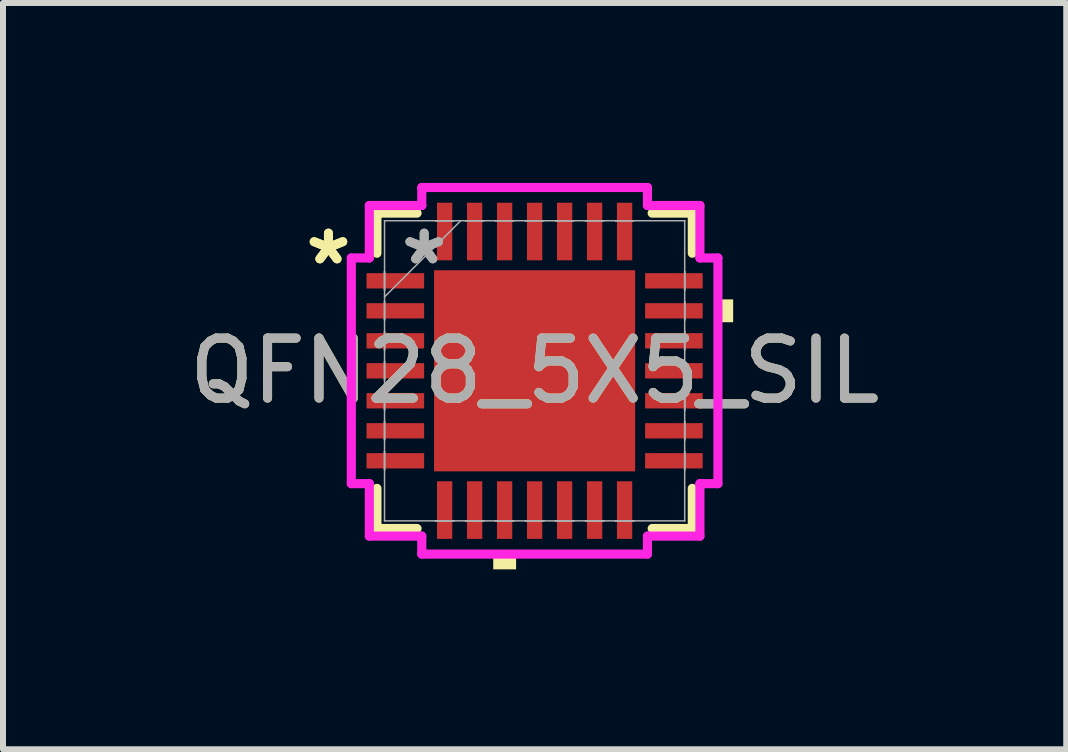
<source format=kicad_pcb>
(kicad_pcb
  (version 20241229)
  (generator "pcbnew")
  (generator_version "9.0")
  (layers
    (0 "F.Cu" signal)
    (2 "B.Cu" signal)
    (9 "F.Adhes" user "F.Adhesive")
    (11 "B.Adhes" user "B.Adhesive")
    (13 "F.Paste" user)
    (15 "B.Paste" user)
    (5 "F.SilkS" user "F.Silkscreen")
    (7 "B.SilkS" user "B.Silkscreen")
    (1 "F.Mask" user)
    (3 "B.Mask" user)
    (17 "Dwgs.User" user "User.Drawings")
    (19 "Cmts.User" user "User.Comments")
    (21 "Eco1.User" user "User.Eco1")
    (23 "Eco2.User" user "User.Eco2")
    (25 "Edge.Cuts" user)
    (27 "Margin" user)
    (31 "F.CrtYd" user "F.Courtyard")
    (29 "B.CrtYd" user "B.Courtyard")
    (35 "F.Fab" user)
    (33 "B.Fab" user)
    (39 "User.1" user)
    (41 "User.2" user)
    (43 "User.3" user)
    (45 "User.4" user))
  (footprint "QFN28_5X5_SIL"
    (layer "F.Cu")
    (at 5.863 3.132)
    (property "Reference" "QFN28_5X5_SIL" (at 0 0 0) (unlocked yes) (layer "F.SilkS") (effects (font (size 1 1) (thickness 0.15))))
    (attr smd)
    (fp_line (start -2.629 -2.629) (end -2.629 -1.96) (stroke (width 0.152) (type solid)) (layer "F.SilkS"))
    (fp_line (start -2.629 1.96) (end -2.629 2.629) (stroke (width 0.152) (type solid)) (layer "F.SilkS"))
    (fp_line (start -2.629 2.629) (end -1.96 2.629) (stroke (width 0.152) (type solid)) (layer "F.SilkS"))
    (fp_line (start -1.96 -2.629) (end -2.629 -2.629) (stroke (width 0.152) (type solid)) (layer "F.SilkS"))
    (fp_line (start 1.96 2.629) (end 2.629 2.629) (stroke (width 0.152) (type solid)) (layer "F.SilkS"))
    (fp_line (start 2.629 -2.629) (end 1.96 -2.629) (stroke (width 0.152) (type solid)) (layer "F.SilkS"))
    (fp_line (start 2.629 -1.96) (end 2.629 -2.629) (stroke (width 0.152) (type solid)) (layer "F.SilkS"))
    (fp_line (start 2.629 2.629) (end 2.629 1.96) (stroke (width 0.152) (type solid)) (layer "F.SilkS"))
    (fp_poly (pts (xy -0.69 3.056) (xy -0.69 3.31) (xy -0.309 3.31) (xy -0.309 3.056)) (stroke (width 0) (type solid)) (fill yes) (layer "F.SilkS"))
    (fp_poly (pts (xy 3.31 -1.191) (xy 3.31 -0.81) (xy 3.056 -0.81) (xy 3.056 -1.191)) (stroke (width 0) (type solid)) (fill yes) (layer "F.SilkS"))
    (fp_poly (pts (xy -1.576 -1.576) (xy -1.576 -0.1) (xy -0.1 -0.1) (xy -0.1 -1.576)) (stroke (width 0) (type solid)) (fill yes) (layer "F.Paste"))
    (fp_poly (pts (xy -1.576 0.1) (xy -1.576 1.576) (xy -0.1 1.576) (xy -0.1 0.1)) (stroke (width 0) (type solid)) (fill yes) (layer "F.Paste"))
    (fp_poly (pts (xy 0.1 -1.576) (xy 0.1 -0.1) (xy 1.576 -0.1) (xy 1.576 -1.576)) (stroke (width 0) (type solid)) (fill yes) (layer "F.Paste"))
    (fp_poly (pts (xy 0.1 0.1) (xy 0.1 1.576) (xy 1.576 1.576) (xy 1.576 0.1)) (stroke (width 0) (type solid)) (fill yes) (layer "F.Paste"))
    (fp_line (start -3.056 -1.881) (end -2.756 -1.881) (stroke (width 0.152) (type solid)) (layer "F.CrtYd"))
    (fp_line (start -3.056 1.881) (end -3.056 -1.881) (stroke (width 0.152) (type solid)) (layer "F.CrtYd"))
    (fp_line (start -2.756 -2.756) (end -1.881 -2.756) (stroke (width 0.152) (type solid)) (layer "F.CrtYd"))
    (fp_line (start -2.756 -1.881) (end -2.756 -2.756) (stroke (width 0.152) (type solid)) (layer "F.CrtYd"))
    (fp_line (start -2.756 1.881) (end -3.056 1.881) (stroke (width 0.152) (type solid)) (layer "F.CrtYd"))
    (fp_line (start -2.756 2.756) (end -2.756 1.881) (stroke (width 0.152) (type solid)) (layer "F.CrtYd"))
    (fp_line (start -1.881 -3.056) (end 1.881 -3.056) (stroke (width 0.152) (type solid)) (layer "F.CrtYd"))
    (fp_line (start -1.881 -2.756) (end -1.881 -3.056) (stroke (width 0.152) (type solid)) (layer "F.CrtYd"))
    (fp_line (start -1.881 2.756) (end -2.756 2.756) (stroke (width 0.152) (type solid)) (layer "F.CrtYd"))
    (fp_line (start -1.881 3.056) (end -1.881 2.756) (stroke (width 0.152) (type solid)) (layer "F.CrtYd"))
    (fp_line (start 1.881 -3.056) (end 1.881 -2.756) (stroke (width 0.152) (type solid)) (layer "F.CrtYd"))
    (fp_line (start 1.881 -2.756) (end 2.756 -2.756) (stroke (width 0.152) (type solid)) (layer "F.CrtYd"))
    (fp_line (start 1.881 2.756) (end 1.881 3.056) (stroke (width 0.152) (type solid)) (layer "F.CrtYd"))
    (fp_line (start 1.881 3.056) (end -1.881 3.056) (stroke (width 0.152) (type solid)) (layer "F.CrtYd"))
    (fp_line (start 2.756 -2.756) (end 2.756 -1.881) (stroke (width 0.152) (type solid)) (layer "F.CrtYd"))
    (fp_line (start 2.756 -1.881) (end 3.056 -1.881) (stroke (width 0.152) (type solid)) (layer "F.CrtYd"))
    (fp_line (start 2.756 1.881) (end 2.756 2.756) (stroke (width 0.152) (type solid)) (layer "F.CrtYd"))
    (fp_line (start 2.756 2.756) (end 1.881 2.756) (stroke (width 0.152) (type solid)) (layer "F.CrtYd"))
    (fp_line (start 3.056 -1.881) (end 3.056 1.881) (stroke (width 0.152) (type solid)) (layer "F.CrtYd"))
    (fp_line (start 3.056 1.881) (end 2.756 1.881) (stroke (width 0.152) (type solid)) (layer "F.CrtYd"))
    (fp_line (start -2.502 -2.502) (end -2.502 -2.502) (stroke (width 0.025) (type solid)) (layer "F.Fab"))
    (fp_line (start -2.502 -2.502) (end -2.502 2.502) (stroke (width 0.025) (type solid)) (layer "F.Fab"))
    (fp_line (start -2.502 -1.652) (end -2.502 -1.652) (stroke (width 0.025) (type solid)) (layer "F.Fab"))
    (fp_line (start -2.502 -1.652) (end -2.502 -1.348) (stroke (width 0.025) (type solid)) (layer "F.Fab"))
    (fp_line (start -2.502 -1.348) (end -2.502 -1.652) (stroke (width 0.025) (type solid)) (layer "F.Fab"))
    (fp_line (start -2.502 -1.348) (end -2.502 -1.348) (stroke (width 0.025) (type solid)) (layer "F.Fab"))
    (fp_line (start -2.502 -1.232) (end -1.232 -2.502) (stroke (width 0.025) (type solid)) (layer "F.Fab"))
    (fp_line (start -2.502 -1.152) (end -2.502 -1.152) (stroke (width 0.025) (type solid)) (layer "F.Fab"))
    (fp_line (start -2.502 -1.152) (end -2.502 -0.848) (stroke (width 0.025) (type solid)) (layer "F.Fab"))
    (fp_line (start -2.502 -0.848) (end -2.502 -1.152) (stroke (width 0.025) (type solid)) (layer "F.Fab"))
    (fp_line (start -2.502 -0.848) (end -2.502 -0.848) (stroke (width 0.025) (type solid)) (layer "F.Fab"))
    (fp_line (start -2.502 -0.652) (end -2.502 -0.652) (stroke (width 0.025) (type solid)) (layer "F.Fab"))
    (fp_line (start -2.502 -0.652) (end -2.502 -0.348) (stroke (width 0.025) (type solid)) (layer "F.Fab"))
    (fp_line (start -2.502 -0.348) (end -2.502 -0.652) (stroke (width 0.025) (type solid)) (layer "F.Fab"))
    (fp_line (start -2.502 -0.348) (end -2.502 -0.348) (stroke (width 0.025) (type solid)) (layer "F.Fab"))
    (fp_line (start -2.502 -0.152) (end -2.502 -0.152) (stroke (width 0.025) (type solid)) (layer "F.Fab"))
    (fp_line (start -2.502 -0.152) (end -2.502 0.152) (stroke (width 0.025) (type solid)) (layer "F.Fab"))
    (fp_line (start -2.502 0.152) (end -2.502 -0.152) (stroke (width 0.025) (type solid)) (layer "F.Fab"))
    (fp_line (start -2.502 0.152) (end -2.502 0.152) (stroke (width 0.025) (type solid)) (layer "F.Fab"))
    (fp_line (start -2.502 0.348) (end -2.502 0.348) (stroke (width 0.025) (type solid)) (layer "F.Fab"))
    (fp_line (start -2.502 0.348) (end -2.502 0.652) (stroke (width 0.025) (type solid)) (layer "F.Fab"))
    (fp_line (start -2.502 0.652) (end -2.502 0.348) (stroke (width 0.025) (type solid)) (layer "F.Fab"))
    (fp_line (start -2.502 0.652) (end -2.502 0.652) (stroke (width 0.025) (type solid)) (layer "F.Fab"))
    (fp_line (start -2.502 0.848) (end -2.502 0.848) (stroke (width 0.025) (type solid)) (layer "F.Fab"))
    (fp_line (start -2.502 0.848) (end -2.502 1.152) (stroke (width 0.025) (type solid)) (layer "F.Fab"))
    (fp_line (start -2.502 1.152) (end -2.502 0.848) (stroke (width 0.025) (type solid)) (layer "F.Fab"))
    (fp_line (start -2.502 1.152) (end -2.502 1.152) (stroke (width 0.025) (type solid)) (layer "F.Fab"))
    (fp_line (start -2.502 1.348) (end -2.502 1.348) (stroke (width 0.025) (type solid)) (layer "F.Fab"))
    (fp_line (start -2.502 1.348) (end -2.502 1.652) (stroke (width 0.025) (type solid)) (layer "F.Fab"))
    (fp_line (start -2.502 1.652) (end -2.502 1.348) (stroke (width 0.025) (type solid)) (layer "F.Fab"))
    (fp_line (start -2.502 1.652) (end -2.502 1.652) (stroke (width 0.025) (type solid)) (layer "F.Fab"))
    (fp_line (start -2.502 2.502) (end -2.502 2.502) (stroke (width 0.025) (type solid)) (layer "F.Fab"))
    (fp_line (start -2.502 2.502) (end 2.502 2.502) (stroke (width 0.025) (type solid)) (layer "F.Fab"))
    (fp_line (start -1.652 -2.502) (end -1.652 -2.502) (stroke (width 0.025) (type solid)) (layer "F.Fab"))
    (fp_line (start -1.652 -2.502) (end -1.348 -2.502) (stroke (width 0.025) (type solid)) (layer "F.Fab"))
    (fp_line (start -1.652 2.502) (end -1.652 2.502) (stroke (width 0.025) (type solid)) (layer "F.Fab"))
    (fp_line (start -1.652 2.502) (end -1.348 2.502) (stroke (width 0.025) (type solid)) (layer "F.Fab"))
    (fp_line (start -1.348 -2.502) (end -1.652 -2.502) (stroke (width 0.025) (type solid)) (layer "F.Fab"))
    (fp_line (start -1.348 -2.502) (end -1.348 -2.502) (stroke (width 0.025) (type solid)) (layer "F.Fab"))
    (fp_line (start -1.348 2.502) (end -1.652 2.502) (stroke (width 0.025) (type solid)) (layer "F.Fab"))
    (fp_line (start -1.348 2.502) (end -1.348 2.502) (stroke (width 0.025) (type solid)) (layer "F.Fab"))
    (fp_line (start -1.152 -2.502) (end -1.152 -2.502) (stroke (width 0.025) (type solid)) (layer "F.Fab"))
    (fp_line (start -1.152 -2.502) (end -0.848 -2.502) (stroke (width 0.025) (type solid)) (layer "F.Fab"))
    (fp_line (start -1.152 2.502) (end -1.152 2.502) (stroke (width 0.025) (type solid)) (layer "F.Fab"))
    (fp_line (start -1.152 2.502) (end -0.848 2.502) (stroke (width 0.025) (type solid)) (layer "F.Fab"))
    (fp_line (start -0.848 -2.502) (end -1.152 -2.502) (stroke (width 0.025) (type solid)) (layer "F.Fab"))
    (fp_line (start -0.848 -2.502) (end -0.848 -2.502) (stroke (width 0.025) (type solid)) (layer "F.Fab"))
    (fp_line (start -0.848 2.502) (end -1.152 2.502) (stroke (width 0.025) (type solid)) (layer "F.Fab"))
    (fp_line (start -0.848 2.502) (end -0.848 2.502) (stroke (width 0.025) (type solid)) (layer "F.Fab"))
    (fp_line (start -0.652 -2.502) (end -0.652 -2.502) (stroke (width 0.025) (type solid)) (layer "F.Fab"))
    (fp_line (start -0.652 -2.502) (end -0.348 -2.502) (stroke (width 0.025) (type solid)) (layer "F.Fab"))
    (fp_line (start -0.652 2.502) (end -0.652 2.502) (stroke (width 0.025) (type solid)) (layer "F.Fab"))
    (fp_line (start -0.652 2.502) (end -0.348 2.502) (stroke (width 0.025) (type solid)) (layer "F.Fab"))
    (fp_line (start -0.348 -2.502) (end -0.652 -2.502) (stroke (width 0.025) (type solid)) (layer "F.Fab"))
    (fp_line (start -0.348 -2.502) (end -0.348 -2.502) (stroke (width 0.025) (type solid)) (layer "F.Fab"))
    (fp_line (start -0.348 2.502) (end -0.652 2.502) (stroke (width 0.025) (type solid)) (layer "F.Fab"))
    (fp_line (start -0.348 2.502) (end -0.348 2.502) (stroke (width 0.025) (type solid)) (layer "F.Fab"))
    (fp_line (start -0.152 -2.502) (end -0.152 -2.502) (stroke (width 0.025) (type solid)) (layer "F.Fab"))
    (fp_line (start -0.152 -2.502) (end 0.152 -2.502) (stroke (width 0.025) (type solid)) (layer "F.Fab"))
    (fp_line (start -0.152 2.502) (end -0.152 2.502) (stroke (width 0.025) (type solid)) (layer "F.Fab"))
    (fp_line (start -0.152 2.502) (end 0.152 2.502) (stroke (width 0.025) (type solid)) (layer "F.Fab"))
    (fp_line (start 0.152 -2.502) (end -0.152 -2.502) (stroke (width 0.025) (type solid)) (layer "F.Fab"))
    (fp_line (start 0.152 -2.502) (end 0.152 -2.502) (stroke (width 0.025) (type solid)) (layer "F.Fab"))
    (fp_line (start 0.152 2.502) (end -0.152 2.502) (stroke (width 0.025) (type solid)) (layer "F.Fab"))
    (fp_line (start 0.152 2.502) (end 0.152 2.502) (stroke (width 0.025) (type solid)) (layer "F.Fab"))
    (fp_line (start 0.348 -2.502) (end 0.348 -2.502) (stroke (width 0.025) (type solid)) (layer "F.Fab"))
    (fp_line (start 0.348 -2.502) (end 0.652 -2.502) (stroke (width 0.025) (type solid)) (layer "F.Fab"))
    (fp_line (start 0.348 2.502) (end 0.348 2.502) (stroke (width 0.025) (type solid)) (layer "F.Fab"))
    (fp_line (start 0.348 2.502) (end 0.652 2.502) (stroke (width 0.025) (type solid)) (layer "F.Fab"))
    (fp_line (start 0.652 -2.502) (end 0.348 -2.502) (stroke (width 0.025) (type solid)) (layer "F.Fab"))
    (fp_line (start 0.652 -2.502) (end 0.652 -2.502) (stroke (width 0.025) (type solid)) (layer "F.Fab"))
    (fp_line (start 0.652 2.502) (end 0.348 2.502) (stroke (width 0.025) (type solid)) (layer "F.Fab"))
    (fp_line (start 0.652 2.502) (end 0.652 2.502) (stroke (width 0.025) (type solid)) (layer "F.Fab"))
    (fp_line (start 0.848 -2.502) (end 0.848 -2.502) (stroke (width 0.025) (type solid)) (layer "F.Fab"))
    (fp_line (start 0.848 -2.502) (end 1.152 -2.502) (stroke (width 0.025) (type solid)) (layer "F.Fab"))
    (fp_line (start 0.848 2.502) (end 0.848 2.502) (stroke (width 0.025) (type solid)) (layer "F.Fab"))
    (fp_line (start 0.848 2.502) (end 1.152 2.502) (stroke (width 0.025) (type solid)) (layer "F.Fab"))
    (fp_line (start 1.152 -2.502) (end 0.848 -2.502) (stroke (width 0.025) (type solid)) (layer "F.Fab"))
    (fp_line (start 1.152 -2.502) (end 1.152 -2.502) (stroke (width 0.025) (type solid)) (layer "F.Fab"))
    (fp_line (start 1.152 2.502) (end 0.848 2.502) (stroke (width 0.025) (type solid)) (layer "F.Fab"))
    (fp_line (start 1.152 2.502) (end 1.152 2.502) (stroke (width 0.025) (type solid)) (layer "F.Fab"))
    (fp_line (start 1.348 -2.502) (end 1.348 -2.502) (stroke (width 0.025) (type solid)) (layer "F.Fab"))
    (fp_line (start 1.348 -2.502) (end 1.652 -2.502) (stroke (width 0.025) (type solid)) (layer "F.Fab"))
    (fp_line (start 1.348 2.502) (end 1.348 2.502) (stroke (width 0.025) (type solid)) (layer "F.Fab"))
    (fp_line (start 1.348 2.502) (end 1.652 2.502) (stroke (width 0.025) (type solid)) (layer "F.Fab"))
    (fp_line (start 1.652 -2.502) (end 1.348 -2.502) (stroke (width 0.025) (type solid)) (layer "F.Fab"))
    (fp_line (start 1.652 -2.502) (end 1.652 -2.502) (stroke (width 0.025) (type solid)) (layer "F.Fab"))
    (fp_line (start 1.652 2.502) (end 1.348 2.502) (stroke (width 0.025) (type solid)) (layer "F.Fab"))
    (fp_line (start 1.652 2.502) (end 1.652 2.502) (stroke (width 0.025) (type solid)) (layer "F.Fab"))
    (fp_line (start 2.502 -2.502) (end -2.502 -2.502) (stroke (width 0.025) (type solid)) (layer "F.Fab"))
    (fp_line (start 2.502 -2.502) (end 2.502 -2.502) (stroke (width 0.025) (type solid)) (layer "F.Fab"))
    (fp_line (start 2.502 -1.652) (end 2.502 -1.652) (stroke (width 0.025) (type solid)) (layer "F.Fab"))
    (fp_line (start 2.502 -1.652) (end 2.502 -1.348) (stroke (width 0.025) (type solid)) (layer "F.Fab"))
    (fp_line (start 2.502 -1.348) (end 2.502 -1.652) (stroke (width 0.025) (type solid)) (layer "F.Fab"))
    (fp_line (start 2.502 -1.348) (end 2.502 -1.348) (stroke (width 0.025) (type solid)) (layer "F.Fab"))
    (fp_line (start 2.502 -1.152) (end 2.502 -1.152) (stroke (width 0.025) (type solid)) (layer "F.Fab"))
    (fp_line (start 2.502 -1.152) (end 2.502 -0.848) (stroke (width 0.025) (type solid)) (layer "F.Fab"))
    (fp_line (start 2.502 -0.848) (end 2.502 -1.152) (stroke (width 0.025) (type solid)) (layer "F.Fab"))
    (fp_line (start 2.502 -0.848) (end 2.502 -0.848) (stroke (width 0.025) (type solid)) (layer "F.Fab"))
    (fp_line (start 2.502 -0.652) (end 2.502 -0.652) (stroke (width 0.025) (type solid)) (layer "F.Fab"))
    (fp_line (start 2.502 -0.652) (end 2.502 -0.348) (stroke (width 0.025) (type solid)) (layer "F.Fab"))
    (fp_line (start 2.502 -0.348) (end 2.502 -0.652) (stroke (width 0.025) (type solid)) (layer "F.Fab"))
    (fp_line (start 2.502 -0.348) (end 2.502 -0.348) (stroke (width 0.025) (type solid)) (layer "F.Fab"))
    (fp_line (start 2.502 -0.152) (end 2.502 -0.152) (stroke (width 0.025) (type solid)) (layer "F.Fab"))
    (fp_line (start 2.502 -0.152) (end 2.502 0.152) (stroke (width 0.025) (type solid)) (layer "F.Fab"))
    (fp_line (start 2.502 0.152) (end 2.502 -0.152) (stroke (width 0.025) (type solid)) (layer "F.Fab"))
    (fp_line (start 2.502 0.152) (end 2.502 0.152) (stroke (width 0.025) (type solid)) (layer "F.Fab"))
    (fp_line (start 2.502 0.348) (end 2.502 0.348) (stroke (width 0.025) (type solid)) (layer "F.Fab"))
    (fp_line (start 2.502 0.348) (end 2.502 0.652) (stroke (width 0.025) (type solid)) (layer "F.Fab"))
    (fp_line (start 2.502 0.652) (end 2.502 0.348) (stroke (width 0.025) (type solid)) (layer "F.Fab"))
    (fp_line (start 2.502 0.652) (end 2.502 0.652) (stroke (width 0.025) (type solid)) (layer "F.Fab"))
    (fp_line (start 2.502 0.848) (end 2.502 0.848) (stroke (width 0.025) (type solid)) (layer "F.Fab"))
    (fp_line (start 2.502 0.848) (end 2.502 1.152) (stroke (width 0.025) (type solid)) (layer "F.Fab"))
    (fp_line (start 2.502 1.152) (end 2.502 0.848) (stroke (width 0.025) (type solid)) (layer "F.Fab"))
    (fp_line (start 2.502 1.152) (end 2.502 1.152) (stroke (width 0.025) (type solid)) (layer "F.Fab"))
    (fp_line (start 2.502 1.348) (end 2.502 1.348) (stroke (width 0.025) (type solid)) (layer "F.Fab"))
    (fp_line (start 2.502 1.348) (end 2.502 1.652) (stroke (width 0.025) (type solid)) (layer "F.Fab"))
    (fp_line (start 2.502 1.652) (end 2.502 1.348) (stroke (width 0.025) (type solid)) (layer "F.Fab"))
    (fp_line (start 2.502 1.652) (end 2.502 1.652) (stroke (width 0.025) (type solid)) (layer "F.Fab"))
    (fp_line (start 2.502 2.502) (end 2.502 -2.502) (stroke (width 0.025) (type solid)) (layer "F.Fab"))
    (fp_line (start 2.502 2.502) (end 2.502 2.502) (stroke (width 0.025) (type solid)) (layer "F.Fab"))
    (fp_text user "*" (at -3.437 -1.75 0) (unlocked yes) (layer "F.SilkS") (effects (font (size 1 1) (thickness 0.15))))
    (fp_text user "*" (at -3.437 -1.75 0) (layer "F.SilkS") (effects (font (size 1 1) (thickness 0.15))))
    (fp_text user "*" (at -1.841 -1.75 0) (unlocked yes) (layer "F.Fab") (effects (font (size 1 1) (thickness 0.15))))
    (fp_text user "*" (at -1.841 -1.75 0) (layer "F.Fab") (effects (font (size 1 1) (thickness 0.15))))
    (fp_text user "${REFERENCE}" (at 0 0 0) (unlocked yes) (layer "F.Fab") (effects (font (size 1 1) (thickness 0.15))))
    (pad "1" smd rect (at -2.322 -1.5 90) (size 0.255 0.96) (layers "F.Cu" "F.Mask" "F.Paste"))
    (pad "2" smd rect (at -2.322 -1 90) (size 0.255 0.96) (layers "F.Cu" "F.Mask" "F.Paste"))
    (pad "3" smd rect (at -2.322 -0.5 90) (size 0.255 0.96) (layers "F.Cu" "F.Mask" "F.Paste"))
    (pad "4" smd rect (at -2.322 0 90) (size 0.255 0.96) (layers "F.Cu" "F.Mask" "F.Paste"))
    (pad "5" smd rect (at -2.322 0.5 90) (size 0.255 0.96) (layers "F.Cu" "F.Mask" "F.Paste"))
    (pad "6" smd rect (at -2.322 1 90) (size 0.255 0.96) (layers "F.Cu" "F.Mask" "F.Paste"))
    (pad "7" smd rect (at -2.322 1.5 90) (size 0.255 0.96) (layers "F.Cu" "F.Mask" "F.Paste"))
    (pad "8" smd rect (at -1.5 2.322) (size 0.255 0.96) (layers "F.Cu" "F.Mask" "F.Paste"))
    (pad "9" smd rect (at -1 2.322) (size 0.255 0.96) (layers "F.Cu" "F.Mask" "F.Paste"))
    (pad "10" smd rect (at -0.5 2.322) (size 0.255 0.96) (layers "F.Cu" "F.Mask" "F.Paste"))
    (pad "11" smd rect (at 0 2.322) (size 0.255 0.96) (layers "F.Cu" "F.Mask" "F.Paste"))
    (pad "12" smd rect (at 0.5 2.322) (size 0.255 0.96) (layers "F.Cu" "F.Mask" "F.Paste"))
    (pad "13" smd rect (at 1 2.322) (size 0.255 0.96) (layers "F.Cu" "F.Mask" "F.Paste"))
    (pad "14" smd rect (at 1.5 2.322) (size 0.255 0.96) (layers "F.Cu" "F.Mask" "F.Paste"))
    (pad "15" smd rect (at 2.322 1.5 90) (size 0.255 0.96) (layers "F.Cu" "F.Mask" "F.Paste"))
    (pad "16" smd rect (at 2.322 1 90) (size 0.255 0.96) (layers "F.Cu" "F.Mask" "F.Paste"))
    (pad "17" smd rect (at 2.322 0.5 90) (size 0.255 0.96) (layers "F.Cu" "F.Mask" "F.Paste"))
    (pad "18" smd rect (at 2.322 0 90) (size 0.255 0.96) (layers "F.Cu" "F.Mask" "F.Paste"))
    (pad "19" smd rect (at 2.322 -0.5 90) (size 0.255 0.96) (layers "F.Cu" "F.Mask" "F.Paste"))
    (pad "20" smd rect (at 2.322 -1 90) (size 0.255 0.96) (layers "F.Cu" "F.Mask" "F.Paste"))
    (pad "21" smd rect (at 2.322 -1.5 90) (size 0.255 0.96) (layers "F.Cu" "F.Mask" "F.Paste"))
    (pad "22" smd rect (at 1.5 -2.322) (size 0.255 0.96) (layers "F.Cu" "F.Mask" "F.Paste"))
    (pad "23" smd rect (at 1 -2.322) (size 0.255 0.96) (layers "F.Cu" "F.Mask" "F.Paste"))
    (pad "24" smd rect (at 0.5 -2.322) (size 0.255 0.96) (layers "F.Cu" "F.Mask" "F.Paste"))
    (pad "25" smd rect (at 0 -2.322) (size 0.255 0.96) (layers "F.Cu" "F.Mask" "F.Paste"))
    (pad "26" smd rect (at -0.5 -2.322) (size 0.255 0.96) (layers "F.Cu" "F.Mask" "F.Paste"))
    (pad "27" smd rect (at -1 -2.322) (size 0.255 0.96) (layers "F.Cu" "F.Mask" "F.Paste"))
    (pad "28" smd rect (at -1.5 -2.322) (size 0.255 0.96) (layers "F.Cu" "F.Mask" "F.Paste"))
    (pad "29" smd rect (at 0 0) (size 3.353 3.353) (layers "F.Cu" "F.Mask")))
  (gr_rect
    (start -3 -3)
    (end 14.726 9.442)
    (stroke (width 0.1) (type default))
    (fill no)
    (layer "Edge.Cuts")))
</source>
